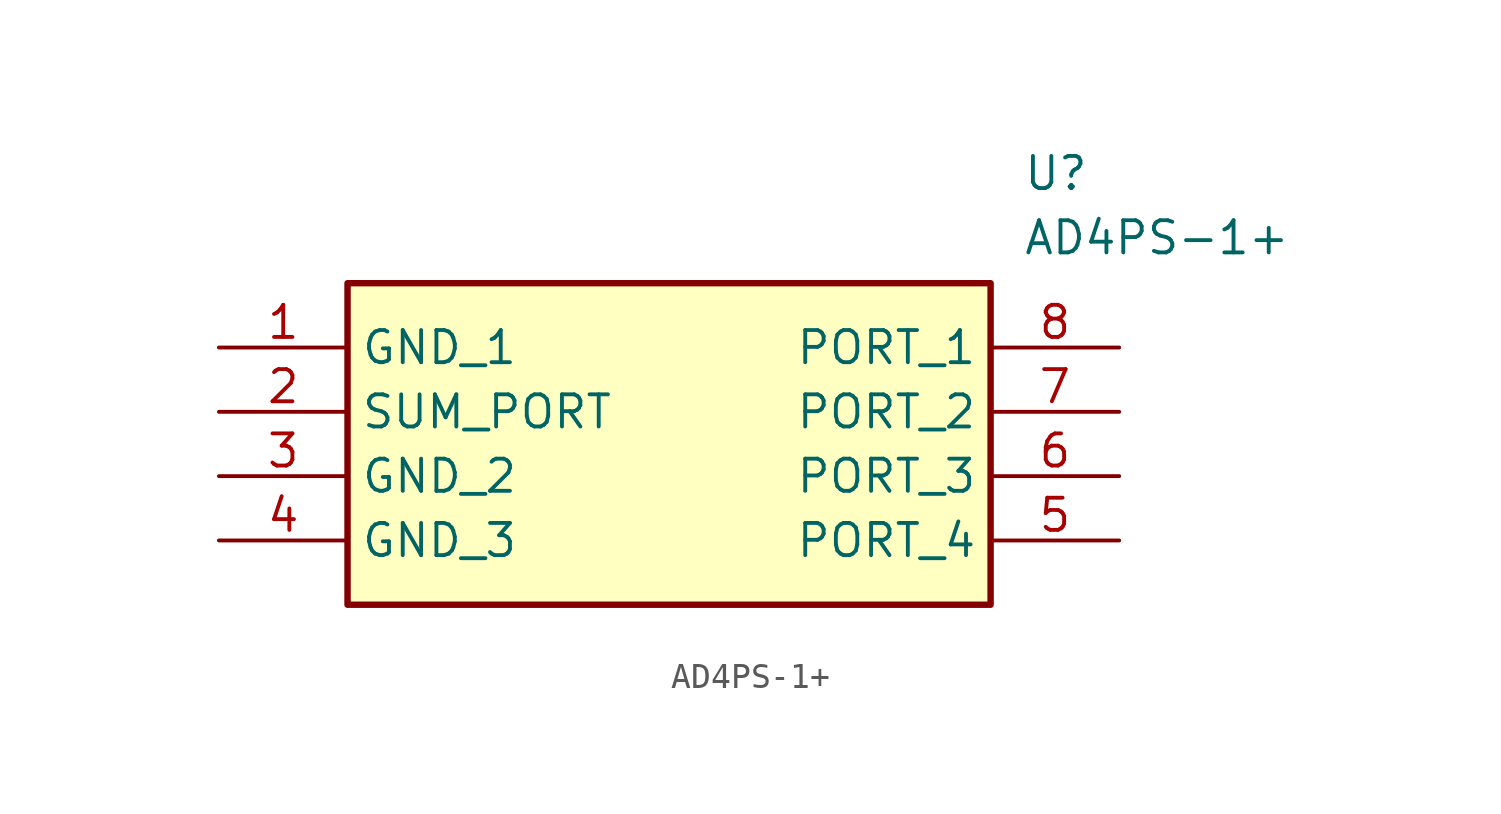
<source format=kicad_sym>
(kicad_symbol_lib
  (version 20211014)
  (generator SamacSys_ECAD_Model)
  (symbol "AD4PS-1+"
    (property "Reference" "U"
      (at 31.75 7.62 0)
      (effects (font (size 1.27 1.27)) (justify left top)))
    (property "Value" "AD4PS-1+"
      (at 31.75 5.08 0)
      (effects (font (size 1.27 1.27)) (justify left top)))
    (rectangle
      (start 5.08 2.54)
      (end 30.48 -10.16)
      (stroke (width 0.254) (type default))
      (fill (type background)))
    (pin passive line
      (at 0 0 0)
      (length 5.08)
      (name "GND_1" (effects (font (size 1.27 1.27))))
      (number "1" (effects (font (size 1.27 1.27)))))
    (pin passive line
      (at 0 -2.54 0)
      (length 5.08)
      (name "SUM_PORT" (effects (font (size 1.27 1.27))))
      (number "2" (effects (font (size 1.27 1.27)))))
    (pin passive line
      (at 0 -5.08 0)
      (length 5.08)
      (name "GND_2" (effects (font (size 1.27 1.27))))
      (number "3" (effects (font (size 1.27 1.27)))))
    (pin passive line
      (at 0 -7.62 0)
      (length 5.08)
      (name "GND_3" (effects (font (size 1.27 1.27))))
      (number "4" (effects (font (size 1.27 1.27)))))
    (pin passive line
      (at 35.56 -7.62 180)
      (length 5.08)
      (name "PORT_4" (effects (font (size 1.27 1.27))))
      (number "5" (effects (font (size 1.27 1.27)))))
    (pin passive line
      (at 35.56 -5.08 180)
      (length 5.08)
      (name "PORT_3" (effects (font (size 1.27 1.27))))
      (number "6" (effects (font (size 1.27 1.27)))))
    (pin passive line
      (at 35.56 -2.54 180)
      (length 5.08)
      (name "PORT_2" (effects (font (size 1.27 1.27))))
      (number "7" (effects (font (size 1.27 1.27)))))
    (pin passive line
      (at 35.56 0 180)
      (length 5.08)
      (name "PORT_1" (effects (font (size 1.27 1.27))))
      (number "8" (effects (font (size 1.27 1.27)))))))
</source>
